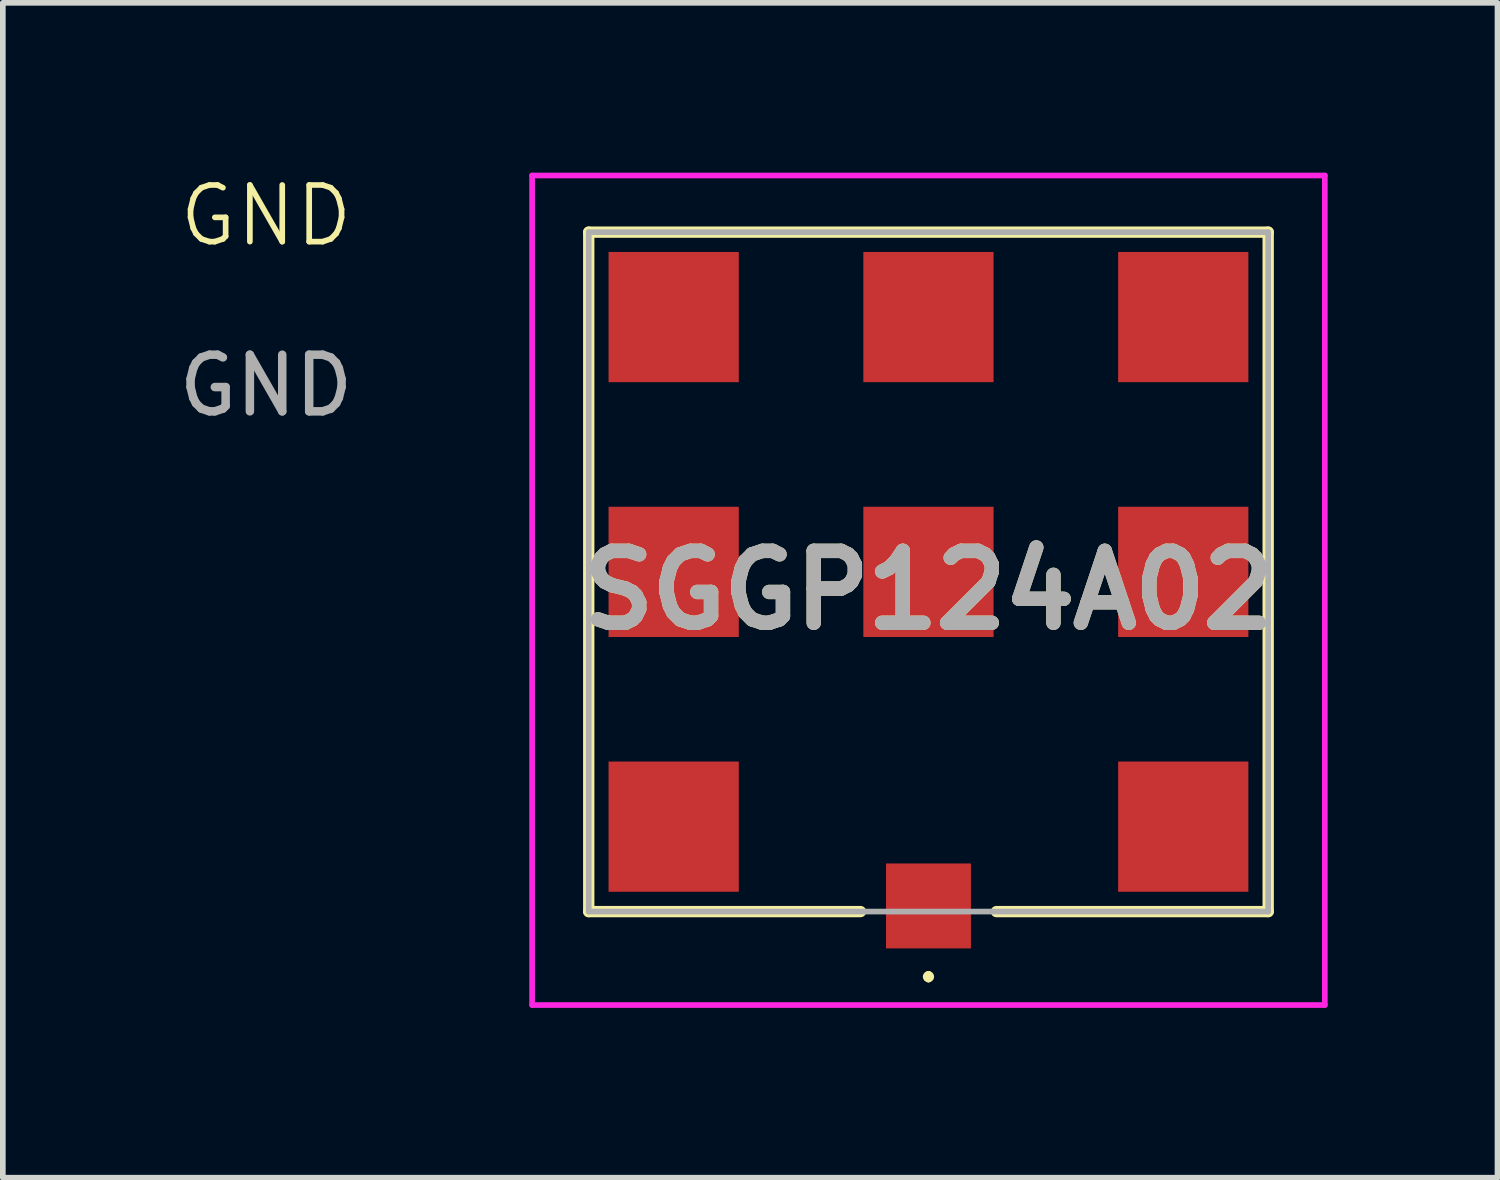
<source format=kicad_pcb>
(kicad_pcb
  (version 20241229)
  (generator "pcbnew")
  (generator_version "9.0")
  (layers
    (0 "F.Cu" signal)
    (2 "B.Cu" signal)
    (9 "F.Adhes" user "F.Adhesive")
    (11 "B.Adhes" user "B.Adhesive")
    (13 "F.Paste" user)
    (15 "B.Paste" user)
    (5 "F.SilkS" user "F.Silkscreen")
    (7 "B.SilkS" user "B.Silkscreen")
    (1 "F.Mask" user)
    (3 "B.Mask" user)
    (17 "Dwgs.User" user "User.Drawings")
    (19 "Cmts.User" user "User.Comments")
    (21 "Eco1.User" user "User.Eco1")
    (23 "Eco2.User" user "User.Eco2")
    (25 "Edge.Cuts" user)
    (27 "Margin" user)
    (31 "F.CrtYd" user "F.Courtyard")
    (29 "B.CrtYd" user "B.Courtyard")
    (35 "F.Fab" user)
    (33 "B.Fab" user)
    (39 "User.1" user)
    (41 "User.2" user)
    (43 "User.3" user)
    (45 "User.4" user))
  (footprint "GND"
    (layer "F.Cu")
    (at 1.649 1.26)
    (property "Reference" "GND" (at 0 -0.5 0) (unlocked yes) (layer "F.SilkS") (effects (font (size 1 1) (thickness 0.1))))
    (fp_text user "${REFERENCE}" (at 0 2.5 0) (unlocked yes) (layer "F.Fab") (effects (font (size 1 1) (thickness 0.15)))))
  (footprint "SGGP124A02"
    (layer "F.Cu")
    (at 13.348 7.05)
    (property "Reference" "SGGP124A02" (at 0 0.325 0) (layer "F.SilkS") (effects (font (size 1.27 1.27) (thickness 0.254))))
    (attr smd)
    (fp_line (start -6 -6) (end 6 -6) (stroke (width 0.2) (type solid)) (layer "F.SilkS"))
    (fp_line (start -6 6) (end -6 -6) (stroke (width 0.2) (type solid)) (layer "F.SilkS"))
    (fp_line (start -1.2 6) (end -6 6) (stroke (width 0.2) (type solid)) (layer "F.SilkS"))
    (fp_line (start 0 7.1) (end 0 7.1) (stroke (width 0.1) (type solid)) (layer "F.SilkS"))
    (fp_line (start 0 7.2) (end 0 7.2) (stroke (width 0.1) (type solid)) (layer "F.SilkS"))
    (fp_line (start 6 -6) (end 6 6) (stroke (width 0.2) (type solid)) (layer "F.SilkS"))
    (fp_line (start 6 6) (end 1.2 6) (stroke (width 0.2) (type solid)) (layer "F.SilkS"))
    (fp_arc (start 0 7.1) (mid 0.05 7.15) (end 0 7.2) (stroke (width 0.1) (type solid)) (layer "F.SilkS"))
    (fp_arc (start 0 7.2) (mid -0.05 7.15) (end 0 7.1) (stroke (width 0.1) (type solid)) (layer "F.SilkS"))
    (fp_line (start -7 -7) (end 7 -7) (stroke (width 0.1) (type solid)) (layer "F.CrtYd"))
    (fp_line (start -7 7.65) (end -7 -7) (stroke (width 0.1) (type solid)) (layer "F.CrtYd"))
    (fp_line (start 7 -7) (end 7 7.65) (stroke (width 0.1) (type solid)) (layer "F.CrtYd"))
    (fp_line (start 7 7.65) (end -7 7.65) (stroke (width 0.1) (type solid)) (layer "F.CrtYd"))
    (fp_line (start -6 -6) (end 6 -6) (stroke (width 0.1) (type solid)) (layer "F.Fab"))
    (fp_line (start -6 6) (end -6 -6) (stroke (width 0.1) (type solid)) (layer "F.Fab"))
    (fp_line (start 6 -6) (end 6 6) (stroke (width 0.1) (type solid)) (layer "F.Fab"))
    (fp_line (start 6 6) (end -6 6) (stroke (width 0.1) (type solid)) (layer "F.Fab"))
    (fp_text user "${REFERENCE}" (at 0 0.325 0) (layer "F.Fab") (effects (font (size 1.27 1.27) (thickness 0.254))))
    (pad "1" smd rect (at 0 5.9 90) (size 1.5 1.5) (layers "F.Cu" "F.Mask" "F.Paste"))
    (pad "2" smd rect (at -4.5 4.5 90) (size 2.3 2.3) (layers "F.Cu" "F.Mask" "F.Paste"))
    (pad "3" smd rect (at 4.5 4.5 90) (size 2.3 2.3) (layers "F.Cu" "F.Mask" "F.Paste"))
    (pad "4" smd rect (at -4.5 0 90) (size 2.3 2.3) (layers "F.Cu" "F.Mask" "F.Paste"))
    (pad "5" smd rect (at 0 0 90) (size 2.3 2.3) (layers "F.Cu" "F.Mask" "F.Paste"))
    (pad "6" smd rect (at 4.5 0 90) (size 2.3 2.3) (layers "F.Cu" "F.Mask" "F.Paste"))
    (pad "7" smd rect (at -4.5 -4.5 90) (size 2.3 2.3) (layers "F.Cu" "F.Mask" "F.Paste"))
    (pad "8" smd rect (at 0 -4.5 90) (size 2.3 2.3) (layers "F.Cu" "F.Mask" "F.Paste"))
    (pad "9" smd rect (at 4.5 -4.5 90) (size 2.3 2.3) (layers "F.Cu" "F.Mask" "F.Paste")))
  (gr_rect
    (start -3 -3)
    (end 23.398 17.75)
    (stroke (width 0.1) (type default))
    (fill no)
    (layer "Edge.Cuts")))
</source>
